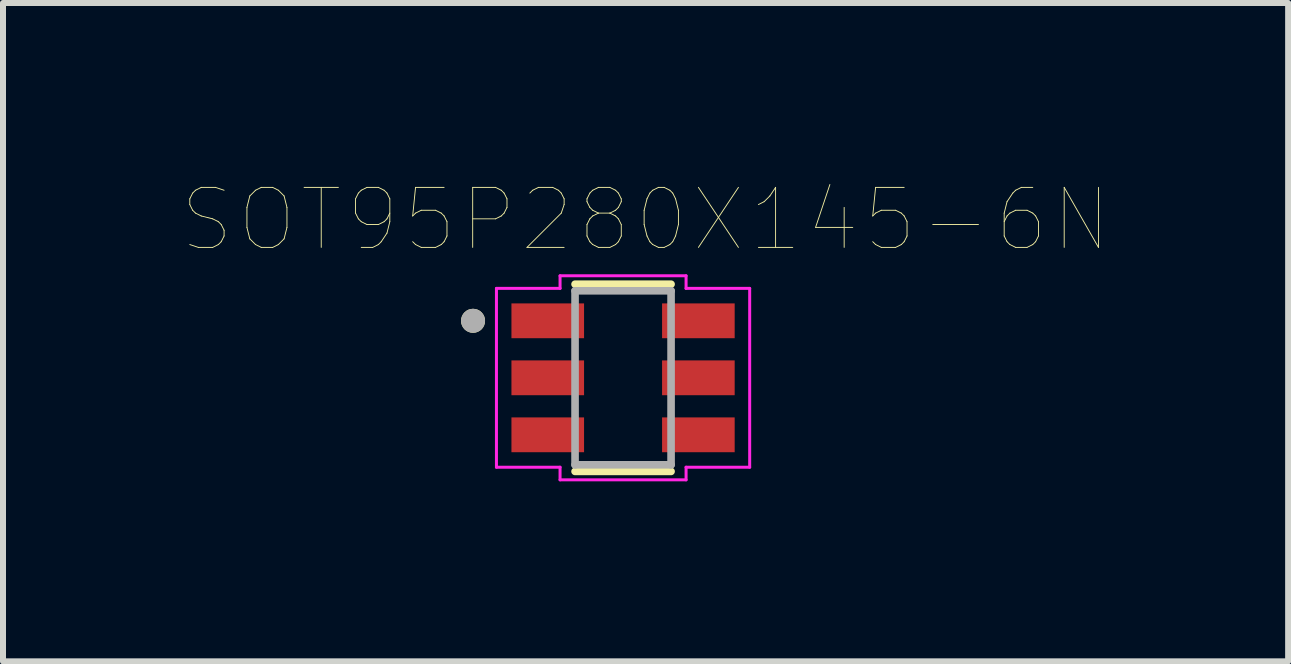
<source format=kicad_pcb>
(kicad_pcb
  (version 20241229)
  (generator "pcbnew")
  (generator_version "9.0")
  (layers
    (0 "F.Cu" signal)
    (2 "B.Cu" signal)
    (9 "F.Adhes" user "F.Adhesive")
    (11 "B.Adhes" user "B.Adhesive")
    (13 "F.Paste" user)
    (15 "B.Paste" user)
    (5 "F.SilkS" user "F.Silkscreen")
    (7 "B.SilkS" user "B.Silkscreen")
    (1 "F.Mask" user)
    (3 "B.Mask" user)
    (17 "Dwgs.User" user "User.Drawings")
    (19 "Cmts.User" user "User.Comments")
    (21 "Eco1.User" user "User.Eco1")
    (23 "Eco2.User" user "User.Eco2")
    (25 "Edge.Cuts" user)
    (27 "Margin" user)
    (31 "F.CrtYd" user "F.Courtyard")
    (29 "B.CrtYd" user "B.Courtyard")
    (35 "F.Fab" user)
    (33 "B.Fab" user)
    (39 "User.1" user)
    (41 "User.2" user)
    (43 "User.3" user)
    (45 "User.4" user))
  (footprint "SOT95P280X145-6N"
    (layer "F.Cu")
    (at 7.333 3.246)
    (property "Reference" "SOT95P280X145-6N" (at 0.375 -2.635 0) (layer "F.SilkS") (effects (font (size 1 1) (thickness 0.015))))
    (attr through_hole)
    (fp_line (start -0.8 1.56) (end 0.8 1.56) (stroke (width 0.127) (type solid)) (layer "F.SilkS"))
    (fp_line (start 0.8 -1.56) (end -0.8 -1.56) (stroke (width 0.127) (type solid)) (layer "F.SilkS"))
    (fp_circle (center -2.5 -0.95) (end -2.4 -0.95) (stroke (width 0.2) (type solid)) (fill no) (layer "F.SilkS"))
    (fp_line (start -2.11 -1.49) (end -2.11 1.49) (stroke (width 0.05) (type solid)) (layer "F.CrtYd"))
    (fp_line (start -2.11 -1.49) (end -1.05 -1.49) (stroke (width 0.05) (type solid)) (layer "F.CrtYd"))
    (fp_line (start -2.11 1.49) (end -1.05 1.49) (stroke (width 0.05) (type solid)) (layer "F.CrtYd"))
    (fp_line (start -1.05 -1.49) (end -1.05 -1.7) (stroke (width 0.05) (type solid)) (layer "F.CrtYd"))
    (fp_line (start -1.05 1.49) (end -1.05 1.7) (stroke (width 0.05) (type solid)) (layer "F.CrtYd"))
    (fp_line (start -1.05 1.7) (end 1.05 1.7) (stroke (width 0.05) (type solid)) (layer "F.CrtYd"))
    (fp_line (start 1.05 -1.7) (end -1.05 -1.7) (stroke (width 0.05) (type solid)) (layer "F.CrtYd"))
    (fp_line (start 1.05 -1.49) (end 1.05 -1.7) (stroke (width 0.05) (type solid)) (layer "F.CrtYd"))
    (fp_line (start 1.05 1.49) (end 1.05 1.7) (stroke (width 0.05) (type solid)) (layer "F.CrtYd"))
    (fp_line (start 2.11 -1.49) (end 1.05 -1.49) (stroke (width 0.05) (type solid)) (layer "F.CrtYd"))
    (fp_line (start 2.11 1.49) (end 1.05 1.49) (stroke (width 0.05) (type solid)) (layer "F.CrtYd"))
    (fp_line (start 2.11 1.49) (end 2.11 -1.49) (stroke (width 0.05) (type solid)) (layer "F.CrtYd"))
    (fp_line (start -0.8 -1.45) (end -0.8 1.45) (stroke (width 0.127) (type solid)) (layer "F.Fab"))
    (fp_line (start -0.8 1.45) (end 0.8 1.45) (stroke (width 0.127) (type solid)) (layer "F.Fab"))
    (fp_line (start 0.8 -1.45) (end -0.8 -1.45) (stroke (width 0.127) (type solid)) (layer "F.Fab"))
    (fp_line (start 0.8 1.45) (end 0.8 -1.45) (stroke (width 0.127) (type solid)) (layer "F.Fab"))
    (fp_circle (center -2.5 -0.95) (end -2.4 -0.95) (stroke (width 0.2) (type solid)) (fill no) (layer "F.Fab"))
    (pad "1" smd rect (at -1.255 -0.95) (size 1.21 0.58) (layers "F.Cu" "F.Mask" "F.Paste"))
    (pad "2" smd rect (at -1.255 0) (size 1.21 0.58) (layers "F.Cu" "F.Mask" "F.Paste"))
    (pad "3" smd rect (at -1.255 0.95) (size 1.21 0.58) (layers "F.Cu" "F.Mask" "F.Paste"))
    (pad "4" smd rect (at 1.255 0.95) (size 1.21 0.58) (layers "F.Cu" "F.Mask" "F.Paste"))
    (pad "5" smd rect (at 1.255 0) (size 1.21 0.58) (layers "F.Cu" "F.Mask" "F.Paste"))
    (pad "6" smd rect (at 1.255 -0.95) (size 1.21 0.58) (layers "F.Cu" "F.Mask" "F.Paste")))
  (gr_rect
    (start -3 -3)
    (end 18.416 7.971)
    (stroke (width 0.1) (type default))
    (fill no)
    (layer "Edge.Cuts")))
</source>
